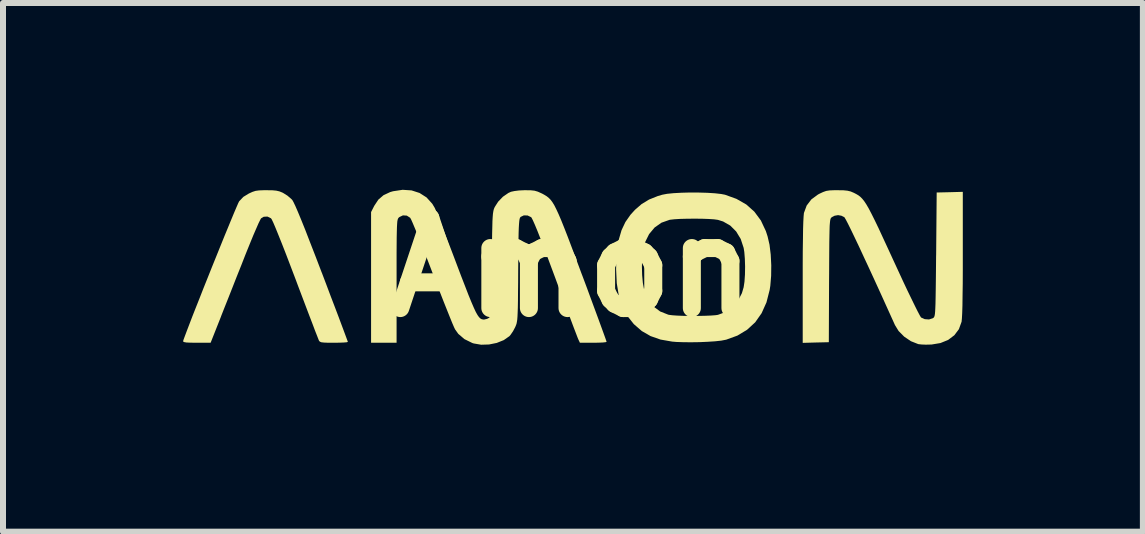
<source format=kicad_pcb>
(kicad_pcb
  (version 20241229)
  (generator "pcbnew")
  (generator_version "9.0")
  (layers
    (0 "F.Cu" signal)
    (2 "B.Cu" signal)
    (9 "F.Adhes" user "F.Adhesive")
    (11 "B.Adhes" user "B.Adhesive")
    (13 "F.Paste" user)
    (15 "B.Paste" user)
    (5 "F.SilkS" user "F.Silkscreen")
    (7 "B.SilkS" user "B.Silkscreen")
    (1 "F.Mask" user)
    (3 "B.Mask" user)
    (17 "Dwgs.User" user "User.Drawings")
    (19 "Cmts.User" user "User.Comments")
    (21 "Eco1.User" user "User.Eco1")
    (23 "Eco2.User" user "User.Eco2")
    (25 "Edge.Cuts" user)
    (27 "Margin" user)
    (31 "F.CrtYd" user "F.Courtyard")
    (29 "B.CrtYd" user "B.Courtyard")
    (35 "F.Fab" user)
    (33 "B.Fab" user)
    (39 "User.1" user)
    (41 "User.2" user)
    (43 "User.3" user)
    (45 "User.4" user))
  (footprint "Amon"
    (layer "F.Cu")
    (at 6.476 1.404)
    (property "Reference" "Amon" (at 0 0 0) (layer "F.SilkS") (effects (font (size 1.5 1.5) (thickness 0.3))))
    (attr board_only exclude_from_pos_files exclude_from_bom)
    (fp_poly (pts (xy -4.99 -1.284) (xy -4.924 -1.278) (xy -4.872 -1.266) (xy -4.822 -1.246) (xy -4.805 -1.237) (xy -4.738 -1.195) (xy -4.677 -1.143) (xy -4.655 -1.12) (xy -4.636 -1.086) (xy -4.605 -1.021) (xy -4.562 -0.922) (xy -4.507 -0.789) (xy -4.44 -0.623) (xy -4.362 -0.421) (xy -4.27 -0.185) (xy -4.166 0.087) (xy -4.165 0.088) (xy -4.089 0.288) (xy -4.018 0.477) (xy -3.951 0.652) (xy -3.891 0.81) (xy -3.839 0.949) (xy -3.796 1.064) (xy -3.763 1.153) (xy -3.741 1.213) (xy -3.731 1.241) (xy -3.731 1.242) (xy -3.749 1.248) (xy -3.798 1.252) (xy -3.871 1.255) (xy -3.96 1.256) (xy -3.962 1.256) (xy -4.062 1.256) (xy -4.13 1.253) (xy -4.173 1.248) (xy -4.197 1.238) (xy -4.21 1.224) (xy -4.211 1.223) (xy -4.221 1.199) (xy -4.243 1.142) (xy -4.277 1.056) (xy -4.319 0.944) (xy -4.371 0.809) (xy -4.429 0.656) (xy -4.493 0.487) (xy -4.562 0.305) (xy -4.6 0.203) (xy -4.685 -0.02) (xy -4.761 -0.219) (xy -4.829 -0.393) (xy -4.888 -0.54) (xy -4.936 -0.658) (xy -4.973 -0.745) (xy -4.999 -0.799) (xy -5.011 -0.817) (xy -5.07 -0.846) (xy -5.132 -0.843) (xy -5.177 -0.816) (xy -5.192 -0.789) (xy -5.22 -0.732) (xy -5.257 -0.647) (xy -5.303 -0.541) (xy -5.354 -0.417) (xy -5.41 -0.279) (xy -5.441 -0.202) (xy -5.507 -0.033) (xy -5.58 0.149) (xy -5.653 0.335) (xy -5.724 0.515) (xy -5.789 0.678) (xy -5.843 0.815) (xy -5.843 0.817) (xy -6.017 1.256) (xy -6.247 1.256) (xy -6.35 1.255) (xy -6.419 1.252) (xy -6.459 1.245) (xy -6.475 1.235) (xy -6.476 1.232) (xy -6.469 1.207) (xy -6.448 1.15) (xy -6.416 1.065) (xy -6.374 0.955) (xy -6.324 0.824) (xy -6.266 0.677) (xy -6.202 0.516) (xy -6.135 0.345) (xy -6.064 0.168) (xy -5.993 -0.01) (xy -5.921 -0.188) (xy -5.852 -0.359) (xy -5.786 -0.522) (xy -5.724 -0.672) (xy -5.669 -0.806) (xy -5.622 -0.919) (xy -5.584 -1.008) (xy -5.557 -1.07) (xy -5.542 -1.1) (xy -5.542 -1.1) (xy -5.472 -1.174) (xy -5.38 -1.23) (xy -5.321 -1.257) (xy -5.269 -1.274) (xy -5.21 -1.282) (xy -5.132 -1.285) (xy -5.083 -1.285)) (stroke (width 0) (type solid)) (fill yes) (layer "F.SilkS"))
    (fp_poly (pts (xy 2.116 -1.246) (xy 2.257 -1.242) (xy 2.384 -1.234) (xy 2.489 -1.222) (xy 2.552 -1.21) (xy 2.743 -1.141) (xy 2.906 -1.048) (xy 3.041 -0.928) (xy 3.15 -0.781) (xy 3.233 -0.604) (xy 3.262 -0.515) (xy 3.294 -0.377) (xy 3.314 -0.213) (xy 3.323 -0.036) (xy 3.321 0.142) (xy 3.307 0.309) (xy 3.296 0.377) (xy 3.243 0.584) (xy 3.162 0.764) (xy 3.055 0.916) (xy 2.92 1.04) (xy 2.759 1.137) (xy 2.572 1.205) (xy 2.561 1.207) (xy 2.489 1.221) (xy 2.387 1.232) (xy 2.264 1.24) (xy 2.13 1.246) (xy 1.992 1.248) (xy 1.861 1.247) (xy 1.744 1.243) (xy 1.672 1.237) (xy 1.478 1.203) (xy 1.312 1.145) (xy 1.166 1.061) (xy 1.035 0.947) (xy 1.028 0.939) (xy 0.921 0.804) (xy 0.84 0.648) (xy 0.783 0.469) (xy 0.749 0.264) (xy 0.738 0.031) (xy 0.739 -0.01) (xy 1.168 -0.01) (xy 1.172 0.13) (xy 1.184 0.26) (xy 1.204 0.369) (xy 1.212 0.397) (xy 1.274 0.539) (xy 1.361 0.652) (xy 1.472 0.735) (xy 1.606 0.788) (xy 1.619 0.791) (xy 1.673 0.798) (xy 1.756 0.804) (xy 1.861 0.808) (xy 1.979 0.809) (xy 2.099 0.809) (xy 2.215 0.807) (xy 2.317 0.803) (xy 2.396 0.797) (xy 2.435 0.791) (xy 2.563 0.744) (xy 2.675 0.666) (xy 2.767 0.559) (xy 2.834 0.43) (xy 2.863 0.331) (xy 2.877 0.237) (xy 2.885 0.118) (xy 2.887 -0.013) (xy 2.883 -0.142) (xy 2.874 -0.256) (xy 2.863 -0.324) (xy 2.814 -0.473) (xy 2.738 -0.598) (xy 2.64 -0.696) (xy 2.521 -0.764) (xy 2.435 -0.791) (xy 2.371 -0.8) (xy 2.279 -0.806) (xy 2.166 -0.81) (xy 2.043 -0.811) (xy 1.92 -0.81) (xy 1.804 -0.807) (xy 1.707 -0.801) (xy 1.637 -0.793) (xy 1.627 -0.791) (xy 1.494 -0.744) (xy 1.38 -0.664) (xy 1.288 -0.554) (xy 1.219 -0.415) (xy 1.203 -0.367) (xy 1.183 -0.27) (xy 1.171 -0.147) (xy 1.168 -0.01) (xy 0.739 -0.01) (xy 0.74 -0.077) (xy 0.755 -0.287) (xy 0.784 -0.466) (xy 0.829 -0.62) (xy 0.893 -0.755) (xy 0.977 -0.875) (xy 1.052 -0.958) (xy 1.164 -1.055) (xy 1.288 -1.13) (xy 1.433 -1.188) (xy 1.508 -1.21) (xy 1.587 -1.225) (xy 1.697 -1.236) (xy 1.827 -1.243) (xy 1.97 -1.247)) (stroke (width 0) (type solid)) (fill yes) (layer "F.SilkS"))
    (fp_poly (pts (xy 4.523 -1.284) (xy 4.592 -1.277) (xy 4.646 -1.264) (xy 4.698 -1.242) (xy 4.737 -1.222) (xy 4.773 -1.201) (xy 4.806 -1.176) (xy 4.838 -1.144) (xy 4.871 -1.103) (xy 4.907 -1.049) (xy 4.947 -0.98) (xy 4.993 -0.892) (xy 5.047 -0.784) (xy 5.111 -0.651) (xy 5.185 -0.491) (xy 5.273 -0.301) (xy 5.354 -0.125) (xy 5.439 0.059) (xy 5.519 0.232) (xy 5.593 0.389) (xy 5.66 0.527) (xy 5.717 0.644) (xy 5.763 0.736) (xy 5.797 0.8) (xy 5.817 0.833) (xy 5.82 0.836) (xy 5.88 0.863) (xy 5.951 0.868) (xy 6.014 0.848) (xy 6.023 0.842) (xy 6.031 0.835) (xy 6.038 0.824) (xy 6.044 0.806) (xy 6.049 0.779) (xy 6.053 0.738) (xy 6.056 0.681) (xy 6.059 0.604) (xy 6.061 0.506) (xy 6.063 0.381) (xy 6.065 0.228) (xy 6.067 0.043) (xy 6.069 -0.178) (xy 6.07 -0.216) (xy 6.079 -1.247) (xy 6.297 -1.252) (xy 6.514 -1.258) (xy 6.514 -0.224) (xy 6.514 0.042) (xy 6.513 0.275) (xy 6.51 0.473) (xy 6.508 0.636) (xy 6.504 0.762) (xy 6.499 0.852) (xy 6.494 0.904) (xy 6.493 0.908) (xy 6.449 1.03) (xy 6.373 1.131) (xy 6.27 1.209) (xy 6.142 1.261) (xy 5.992 1.286) (xy 5.979 1.286) (xy 5.898 1.288) (xy 5.825 1.285) (xy 5.774 1.279) (xy 5.77 1.278) (xy 5.649 1.23) (xy 5.537 1.154) (xy 5.444 1.06) (xy 5.384 0.962) (xy 5.269 0.708) (xy 5.159 0.465) (xy 5.054 0.235) (xy 4.956 0.022) (xy 4.865 -0.173) (xy 4.784 -0.348) (xy 4.712 -0.499) (xy 4.651 -0.626) (xy 4.602 -0.725) (xy 4.566 -0.794) (xy 4.544 -0.831) (xy 4.54 -0.836) (xy 4.492 -0.86) (xy 4.436 -0.87) (xy 4.378 -0.86) (xy 4.332 -0.836) (xy 4.323 -0.828) (xy 4.315 -0.818) (xy 4.309 -0.802) (xy 4.304 -0.778) (xy 4.3 -0.742) (xy 4.296 -0.692) (xy 4.294 -0.623) (xy 4.292 -0.533) (xy 4.29 -0.419) (xy 4.289 -0.278) (xy 4.288 -0.105) (xy 4.287 0.101) (xy 4.286 0.222) (xy 4.282 1.247) (xy 4.064 1.252) (xy 3.847 1.258) (xy 3.847 0.224) (xy 3.847 -0.042) (xy 3.848 -0.275) (xy 3.851 -0.473) (xy 3.853 -0.636) (xy 3.857 -0.762) (xy 3.862 -0.852) (xy 3.867 -0.904) (xy 3.868 -0.908) (xy 3.913 -1.03) (xy 3.991 -1.132) (xy 4.101 -1.213) (xy 4.127 -1.227) (xy 4.187 -1.255) (xy 4.238 -1.273) (xy 4.295 -1.282) (xy 4.369 -1.285) (xy 4.427 -1.285)) (stroke (width 0) (type solid)) (fill yes) (layer "F.SilkS"))
    (fp_poly (pts (xy -2.669 -1.282) (xy -2.536 -1.239) (xy -2.42 -1.165) (xy -2.325 -1.06) (xy -2.283 -0.99) (xy -2.269 -0.958) (xy -2.243 -0.893) (xy -2.206 -0.8) (xy -2.16 -0.683) (xy -2.107 -0.545) (xy -2.047 -0.391) (xy -1.983 -0.224) (xy -1.924 -0.068) (xy -1.845 0.141) (xy -1.777 0.316) (xy -1.721 0.461) (xy -1.673 0.578) (xy -1.633 0.671) (xy -1.6 0.742) (xy -1.571 0.794) (xy -1.546 0.829) (xy -1.523 0.852) (xy -1.501 0.864) (xy -1.477 0.869) (xy -1.462 0.87) (xy -1.411 0.858) (xy -1.381 0.842) (xy -1.372 0.834) (xy -1.365 0.822) (xy -1.358 0.803) (xy -1.353 0.773) (xy -1.349 0.728) (xy -1.346 0.666) (xy -1.343 0.582) (xy -1.341 0.474) (xy -1.339 0.337) (xy -1.336 0.17) (xy -1.334 -0.033) (xy -1.334 -0.052) (xy -1.331 -0.258) (xy -1.329 -0.429) (xy -1.327 -0.569) (xy -1.324 -0.682) (xy -1.322 -0.77) (xy -1.318 -0.838) (xy -1.314 -0.89) (xy -1.308 -0.929) (xy -1.302 -0.958) (xy -1.294 -0.982) (xy -1.284 -1.004) (xy -1.284 -1.005) (xy -1.226 -1.095) (xy -1.147 -1.177) (xy -1.057 -1.239) (xy -1.013 -1.259) (xy -0.957 -1.271) (xy -0.879 -1.281) (xy -0.791 -1.285) (xy -0.772 -1.285) (xy -0.684 -1.284) (xy -0.62 -1.277) (xy -0.566 -1.261) (xy -0.506 -1.234) (xy -0.491 -1.227) (xy -0.453 -1.206) (xy -0.419 -1.185) (xy -0.387 -1.16) (xy -0.356 -1.129) (xy -0.325 -1.089) (xy -0.293 -1.037) (xy -0.259 -0.97) (xy -0.22 -0.886) (xy -0.176 -0.783) (xy -0.125 -0.656) (xy -0.066 -0.505) (xy 0.002 -0.325) (xy 0.081 -0.114) (xy 0.172 0.13) (xy 0.174 0.134) (xy 0.247 0.329) (xy 0.315 0.514) (xy 0.378 0.685) (xy 0.435 0.839) (xy 0.484 0.973) (xy 0.524 1.083) (xy 0.554 1.166) (xy 0.573 1.22) (xy 0.58 1.24) (xy 0.58 1.24) (xy 0.562 1.247) (xy 0.513 1.252) (xy 0.44 1.255) (xy 0.357 1.256) (xy 0.135 1.256) (xy 0.106 1.194) (xy 0.094 1.164) (xy 0.07 1.101) (xy 0.035 1.01) (xy -0.009 0.893) (xy -0.061 0.754) (xy -0.12 0.597) (xy -0.183 0.426) (xy -0.251 0.243) (xy -0.28 0.164) (xy -0.371 -0.08) (xy -0.449 -0.289) (xy -0.516 -0.463) (xy -0.571 -0.603) (xy -0.615 -0.709) (xy -0.648 -0.783) (xy -0.67 -0.826) (xy -0.678 -0.836) (xy -0.736 -0.864) (xy -0.799 -0.866) (xy -0.851 -0.841) (xy -0.856 -0.836) (xy -0.864 -0.824) (xy -0.87 -0.804) (xy -0.875 -0.772) (xy -0.879 -0.725) (xy -0.883 -0.66) (xy -0.886 -0.573) (xy -0.888 -0.461) (xy -0.89 -0.32) (xy -0.891 -0.148) (xy -0.893 0.049) (xy -0.894 0.252) (xy -0.896 0.421) (xy -0.897 0.558) (xy -0.899 0.668) (xy -0.902 0.755) (xy -0.905 0.821) (xy -0.909 0.872) (xy -0.915 0.91) (xy -0.921 0.94) (xy -0.93 0.965) (xy -0.94 0.989) (xy -0.944 0.998) (xy -0.979 1.064) (xy -1.02 1.124) (xy -1.04 1.147) (xy -1.133 1.212) (xy -1.25 1.259) (xy -1.379 1.285) (xy -1.511 1.289) (xy -1.633 1.268) (xy -1.656 1.261) (xy -1.788 1.196) (xy -1.891 1.108) (xy -1.944 1.034) (xy -1.961 0.999) (xy -1.99 0.932) (xy -2.029 0.836) (xy -2.077 0.716) (xy -2.133 0.576) (xy -2.194 0.42) (xy -2.259 0.251) (xy -2.324 0.083) (xy -2.391 -0.092) (xy -2.455 -0.257) (xy -2.515 -0.408) (xy -2.568 -0.542) (xy -2.615 -0.654) (xy -2.652 -0.742) (xy -2.678 -0.8) (xy -2.693 -0.826) (xy -2.749 -0.862) (xy -2.813 -0.866) (xy -2.872 -0.838) (xy -2.88 -0.831) (xy -2.889 -0.822) (xy -2.896 -0.809) (xy -2.902 -0.791) (xy -2.907 -0.764) (xy -2.91 -0.724) (xy -2.913 -0.669) (xy -2.915 -0.595) (xy -2.917 -0.5) (xy -2.918 -0.379) (xy -2.919 -0.23) (xy -2.919 -0.05) (xy -2.919 0.165) (xy -2.919 0.232) (xy -2.919 1.256) (xy -3.132 1.256) (xy -3.344 1.256) (xy -3.344 0.168) (xy -3.344 -0.921) (xy -3.291 -1.025) (xy -3.223 -1.128) (xy -3.137 -1.202) (xy -3.026 -1.254) (xy -2.977 -1.268) (xy -2.818 -1.292)) (stroke (width 0) (type solid)) (fill yes) (layer "F.SilkS")))
  (gr_rect
    (start -3 -3)
    (end 15.99 5.808)
    (stroke (width 0.1) (type default))
    (fill no)
    (layer "Edge.Cuts")))
</source>
